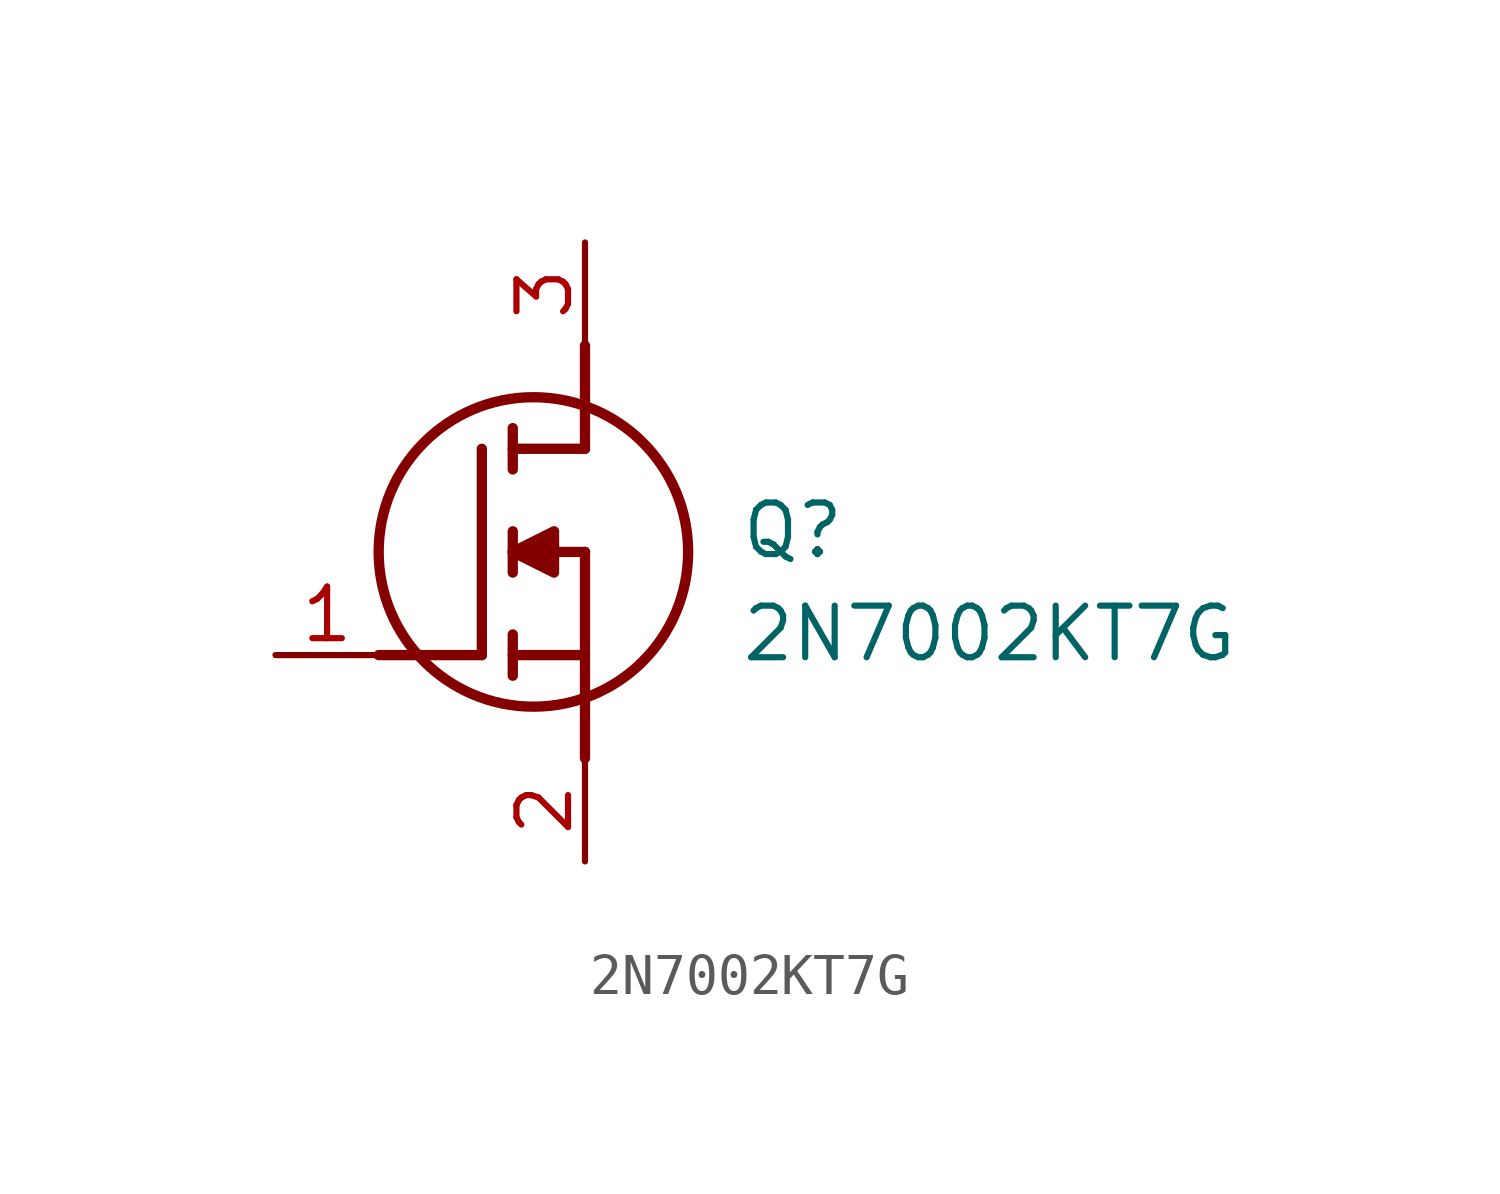
<source format=kicad_sym>
(kicad_symbol_lib
  (version 20211014)
  (generator SamacSys_ECAD_Model)
  (symbol "2N7002KT7G"
    (pin_names hide)
    (property "Reference" "Q"
      (at 11.43 3.81 0)
      (effects (font (size 1.27 1.27)) (justify left top)))
    (property "Value" "2N7002KT7G"
      (at 11.43 1.27 0)
      (effects (font (size 1.27 1.27)) (justify left top)))
    (polyline
      (pts (xy 7.62 2.54) (xy 7.62 -2.54))
      (stroke (width 0.254) (type default))
      (fill (type none)))
    (polyline
      (pts (xy 7.62 5.08) (xy 7.62 7.62))
      (stroke (width 0.254) (type default))
      (fill (type none)))
    (polyline
      (pts (xy 2.54 0) (xy 5.08 0))
      (stroke (width 0.254) (type default))
      (fill (type none)))
    (polyline
      (pts (xy 5.08 5.08) (xy 5.08 0))
      (stroke (width 0.254) (type default))
      (fill (type none)))
    (polyline
      (pts (xy 7.62 2.54) (xy 5.842 2.54))
      (stroke (width 0.254) (type default))
      (fill (type none)))
    (polyline
      (pts (xy 7.62 5.08) (xy 5.842 5.08))
      (stroke (width 0.254) (type default))
      (fill (type none)))
    (polyline
      (pts (xy 5.842 0) (xy 7.62 0))
      (stroke (width 0.254) (type default))
      (fill (type none)))
    (polyline
      (pts (xy 5.842 5.588) (xy 5.842 4.572))
      (stroke (width 0.254) (type default))
      (fill (type none)))
    (polyline
      (pts (xy 5.842 -0.508) (xy 5.842 0.508))
      (stroke (width 0.254) (type default))
      (fill (type none)))
    (polyline
      (pts (xy 5.842 2.032) (xy 5.842 3.048))
      (stroke (width 0.254) (type default))
      (fill (type none)))
    (circle
      (center 6.35 2.54)
      (radius 3.81)
      (stroke (width 0.254) (type default))
      (fill (type none)))
    (polyline
      (pts (xy 5.842 2.54) (xy 6.858 3.048) (xy 6.858 2.032) (xy 5.842 2.54))
      (stroke (width 0.254) (type default))
      (fill (type outline)))
    (pin passive line
      (at 0 0 0)
      (length 2.54)
      (name "G" (effects (font (size 1.27 1.27))))
      (number "1" (effects (font (size 1.27 1.27)))))
    (pin passive line
      (at 7.62 10.16 270)
      (length 2.54)
      (name "D" (effects (font (size 1.27 1.27))))
      (number "3" (effects (font (size 1.27 1.27)))))
    (pin passive line
      (at 7.62 -5.08 90)
      (length 2.54)
      (name "S" (effects (font (size 1.27 1.27))))
      (number "2" (effects (font (size 1.27 1.27)))))))
</source>
